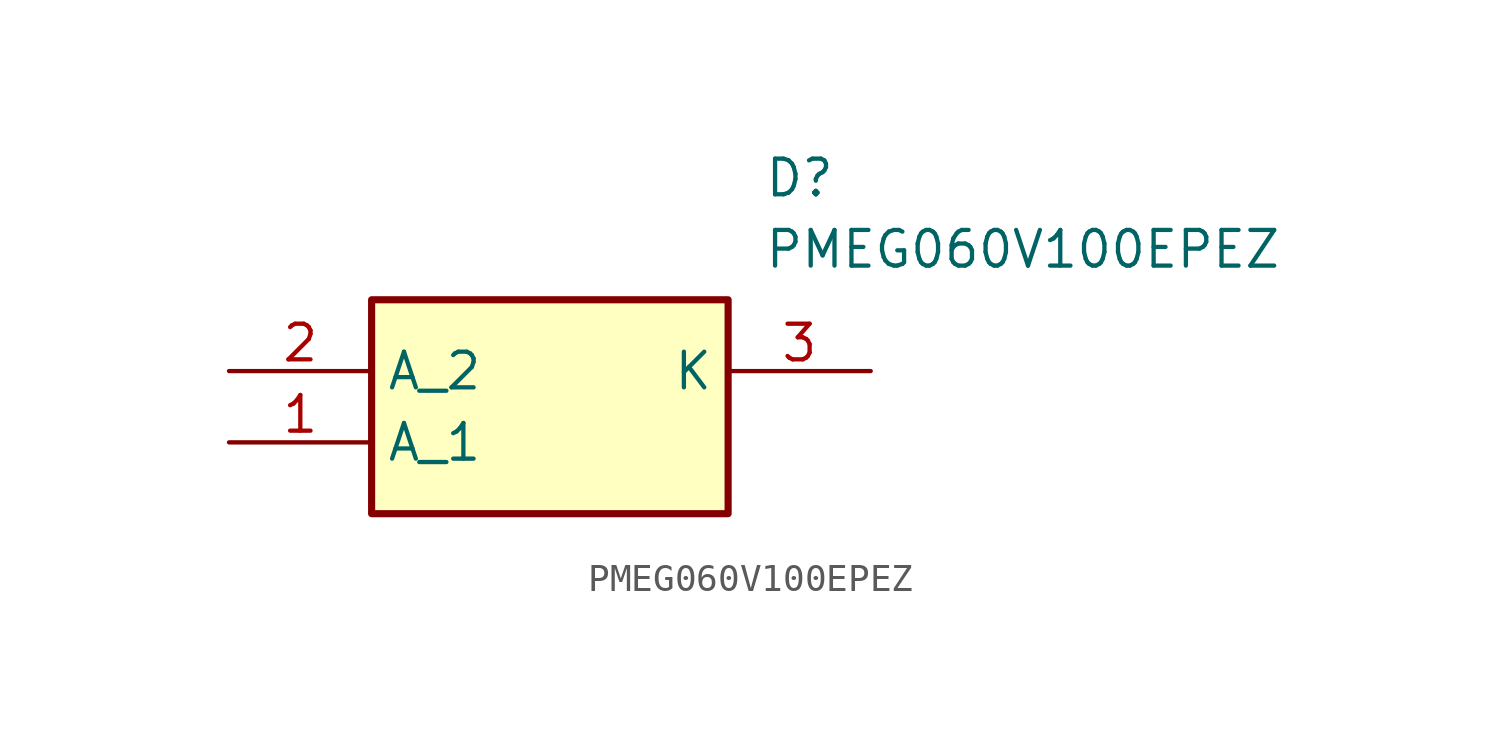
<source format=kicad_sym>
(kicad_symbol_lib
  (version 20220914)
  (generator SamacSys_ECAD_Model)
  (symbol "PMEG060V100EPEZ"
    (property "Reference" "D"
      (at 19.05 7.62 0)
      (effects (font (size 1.27 1.27)) (justify left top)))
    (property "Value" "PMEG060V100EPEZ"
      (at 19.05 5.08 0)
      (effects (font (size 1.27 1.27)) (justify left top)))
    (rectangle
      (start 5.08 2.54)
      (end 17.78 -5.08)
      (stroke (width 0.254) (type default))
      (fill (type background)))
    (pin passive line
      (at 0 -2.54 0)
      (length 5.08)
      (name "A_1" (effects (font (size 1.27 1.27))))
      (number "1" (effects (font (size 1.27 1.27)))))
    (pin passive line
      (at 0 0 0)
      (length 5.08)
      (name "A_2" (effects (font (size 1.27 1.27))))
      (number "2" (effects (font (size 1.27 1.27)))))
    (pin passive line
      (at 22.86 0 180)
      (length 5.08)
      (name "K" (effects (font (size 1.27 1.27))))
      (number "3" (effects (font (size 1.27 1.27)))))))
</source>
